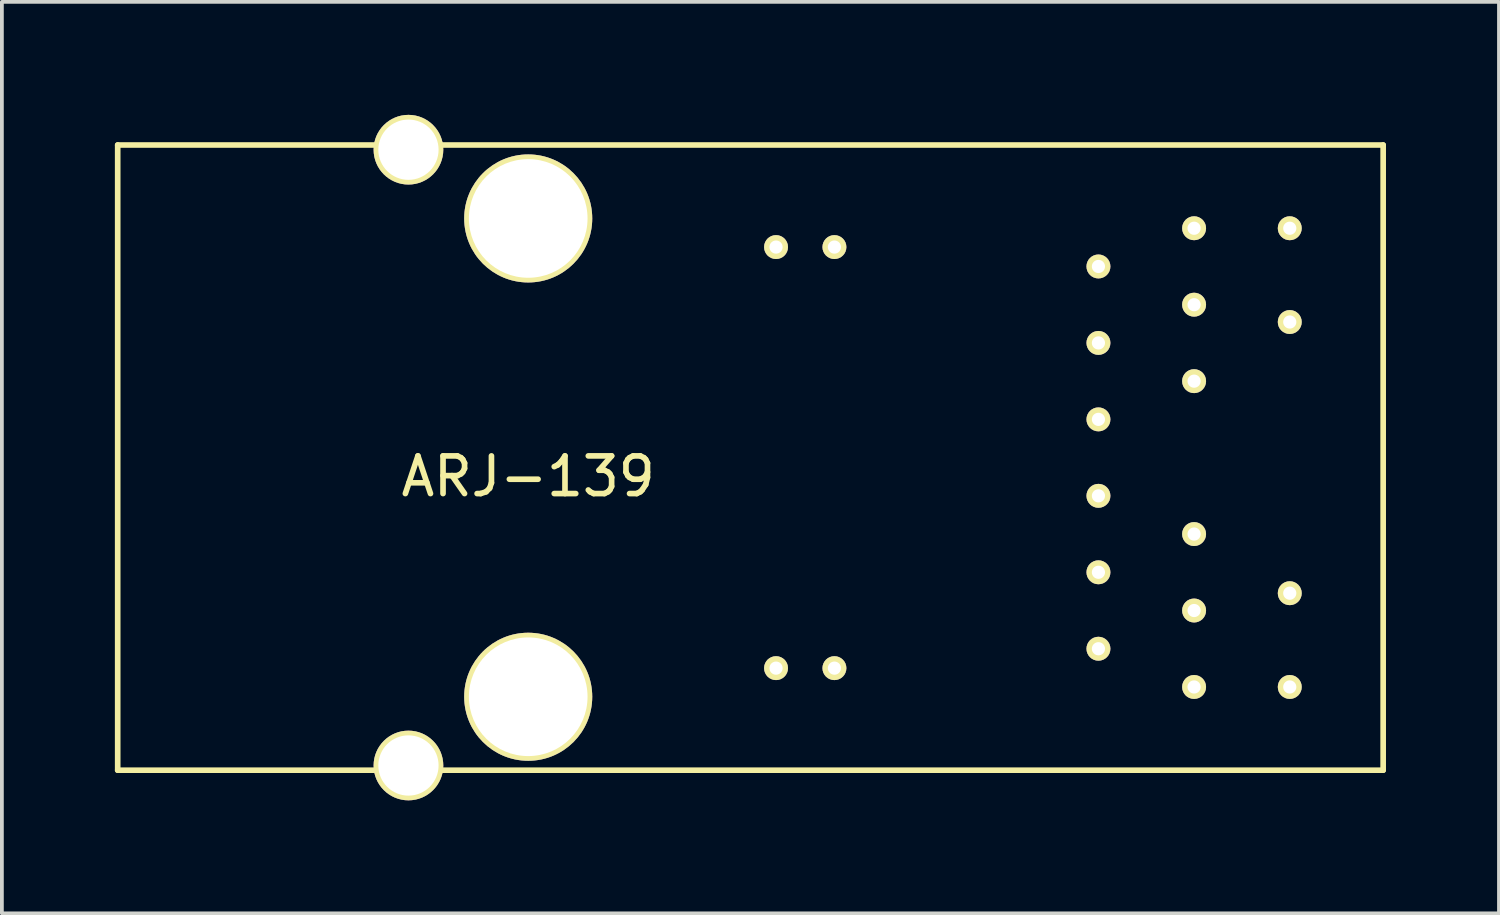
<source format=kicad_pcb>
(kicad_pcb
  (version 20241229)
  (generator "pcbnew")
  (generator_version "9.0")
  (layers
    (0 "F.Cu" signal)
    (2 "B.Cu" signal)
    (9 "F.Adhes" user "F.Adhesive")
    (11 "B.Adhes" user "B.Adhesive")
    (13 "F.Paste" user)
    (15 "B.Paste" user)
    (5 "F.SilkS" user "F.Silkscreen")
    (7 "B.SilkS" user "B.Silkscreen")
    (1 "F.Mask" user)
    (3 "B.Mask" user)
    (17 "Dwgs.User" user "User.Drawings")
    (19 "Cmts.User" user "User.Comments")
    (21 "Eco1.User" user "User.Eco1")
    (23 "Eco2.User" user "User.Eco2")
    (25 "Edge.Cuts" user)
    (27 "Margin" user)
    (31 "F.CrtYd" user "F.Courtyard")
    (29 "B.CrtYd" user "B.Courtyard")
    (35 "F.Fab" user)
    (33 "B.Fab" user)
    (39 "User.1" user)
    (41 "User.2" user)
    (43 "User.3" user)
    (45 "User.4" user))
  (footprint "ARJ-139"
    (layer "F.Cu")
    (at 10.975 9.1)
    (property "Reference" "ARJ-139" (at 0 0.5 0) (layer "F.SilkS") (effects (font (size 1 1) (thickness 0.15))))
    (attr through_hole)
    (fp_line (start -10.9 -8.3) (end -10.9 8.3) (stroke (width 0.15) (type solid)) (layer "F.SilkS"))
    (fp_line (start -10.9 -8.3) (end 22.7 -8.3) (stroke (width 0.15) (type solid)) (layer "F.SilkS"))
    (fp_line (start -10.9 8.3) (end 22.7 8.3) (stroke (width 0.15) (type solid)) (layer "F.SilkS"))
    (fp_line (start 22.7 -8.3) (end 22.7 8.3) (stroke (width 0.15) (type solid)) (layer "F.SilkS"))
    (pad "" np_thru_hole circle (at -3.18 -8.175) (size 1.85 1.85) (drill 1.6) (layers "*.Cu" "*.Mask" "F.SilkS"))
    (pad "" np_thru_hole circle (at -3.18 8.175) (size 1.85 1.85) (drill 1.6) (layers "*.Cu" "*.Mask" "F.SilkS"))
    (pad "" np_thru_hole circle (at 0 -6.35) (size 3.4 3.4) (drill 3.15) (layers "*.Cu" "*.Mask" "F.SilkS"))
    (pad "" np_thru_hole circle (at 0 6.35) (size 3.4 3.4) (drill 3.15) (layers "*.Cu" "*.Mask" "F.SilkS"))
    (pad "" thru_hole circle (at 6.58 -5.59) (size 0.635 0.635) (drill 0.35) (layers "*.Cu" "*.Mask" "F.SilkS"))
    (pad "" thru_hole circle (at 6.58 5.59) (size 0.635 0.635) (drill 0.35) (layers "*.Cu" "*.Mask" "F.SilkS"))
    (pad "" thru_hole circle (at 8.13 -5.59) (size 0.635 0.635) (drill 0.35) (layers "*.Cu" "*.Mask" "F.SilkS"))
    (pad "" thru_hole circle (at 8.13 5.59) (size 0.635 0.635) (drill 0.35) (layers "*.Cu" "*.Mask" "F.SilkS"))
    (pad "1" thru_hole circle (at 15.14 5.075) (size 0.635 0.635) (drill 0.35) (layers "*.Cu" "*.Mask" "F.SilkS"))
    (pad "2" thru_hole circle (at 15.14 3.045) (size 0.635 0.635) (drill 0.35) (layers "*.Cu" "*.Mask" "F.SilkS"))
    (pad "3" thru_hole circle (at 15.14 1.015) (size 0.635 0.635) (drill 0.35) (layers "*.Cu" "*.Mask" "F.SilkS"))
    (pad "4" thru_hole circle (at 15.14 -1.015) (size 0.635 0.635) (drill 0.35) (layers "*.Cu" "*.Mask" "F.SilkS"))
    (pad "5" thru_hole circle (at 15.14 -3.045) (size 0.635 0.635) (drill 0.35) (layers "*.Cu" "*.Mask" "F.SilkS"))
    (pad "6" thru_hole circle (at 15.14 -5.075) (size 0.635 0.635) (drill 0.35) (layers "*.Cu" "*.Mask" "F.SilkS"))
    (pad "7" thru_hole circle (at 17.68 6.09) (size 0.635 0.635) (drill 0.35) (layers "*.Cu" "*.Mask" "F.SilkS"))
    (pad "7" thru_hole circle (at 20.22 -6.09) (size 0.635 0.635) (drill 0.35) (layers "*.Cu" "*.Mask" "F.SilkS"))
    (pad "7" thru_hole circle (at 20.22 -3.6) (size 0.635 0.635) (drill 0.35) (layers "*.Cu" "*.Mask" "F.SilkS"))
    (pad "7" thru_hole circle (at 20.22 3.6) (size 0.635 0.635) (drill 0.35) (layers "*.Cu" "*.Mask" "F.SilkS"))
    (pad "7" thru_hole circle (at 20.22 6.09) (size 0.635 0.635) (drill 0.35) (layers "*.Cu" "*.Mask" "F.SilkS"))
    (pad "8" thru_hole circle (at 17.68 4.06) (size 0.635 0.635) (drill 0.35) (layers "*.Cu" "*.Mask" "F.SilkS"))
    (pad "9" thru_hole circle (at 17.68 2.03) (size 0.635 0.635) (drill 0.35) (layers "*.Cu" "*.Mask" "F.SilkS"))
    (pad "10" thru_hole circle (at 17.68 -2.03) (size 0.635 0.635) (drill 0.35) (layers "*.Cu" "*.Mask" "F.SilkS"))
    (pad "11" thru_hole circle (at 17.68 -4.06) (size 0.635 0.635) (drill 0.35) (layers "*.Cu" "*.Mask" "F.SilkS"))
    (pad "12" thru_hole circle (at 17.68 -6.09) (size 0.635 0.635) (drill 0.35) (layers "*.Cu" "*.Mask" "F.SilkS")))
  (gr_rect
    (start -3 -3)
    (end 36.75 21.2)
    (stroke (width 0.1) (type default))
    (fill no)
    (layer "Edge.Cuts")))
</source>
